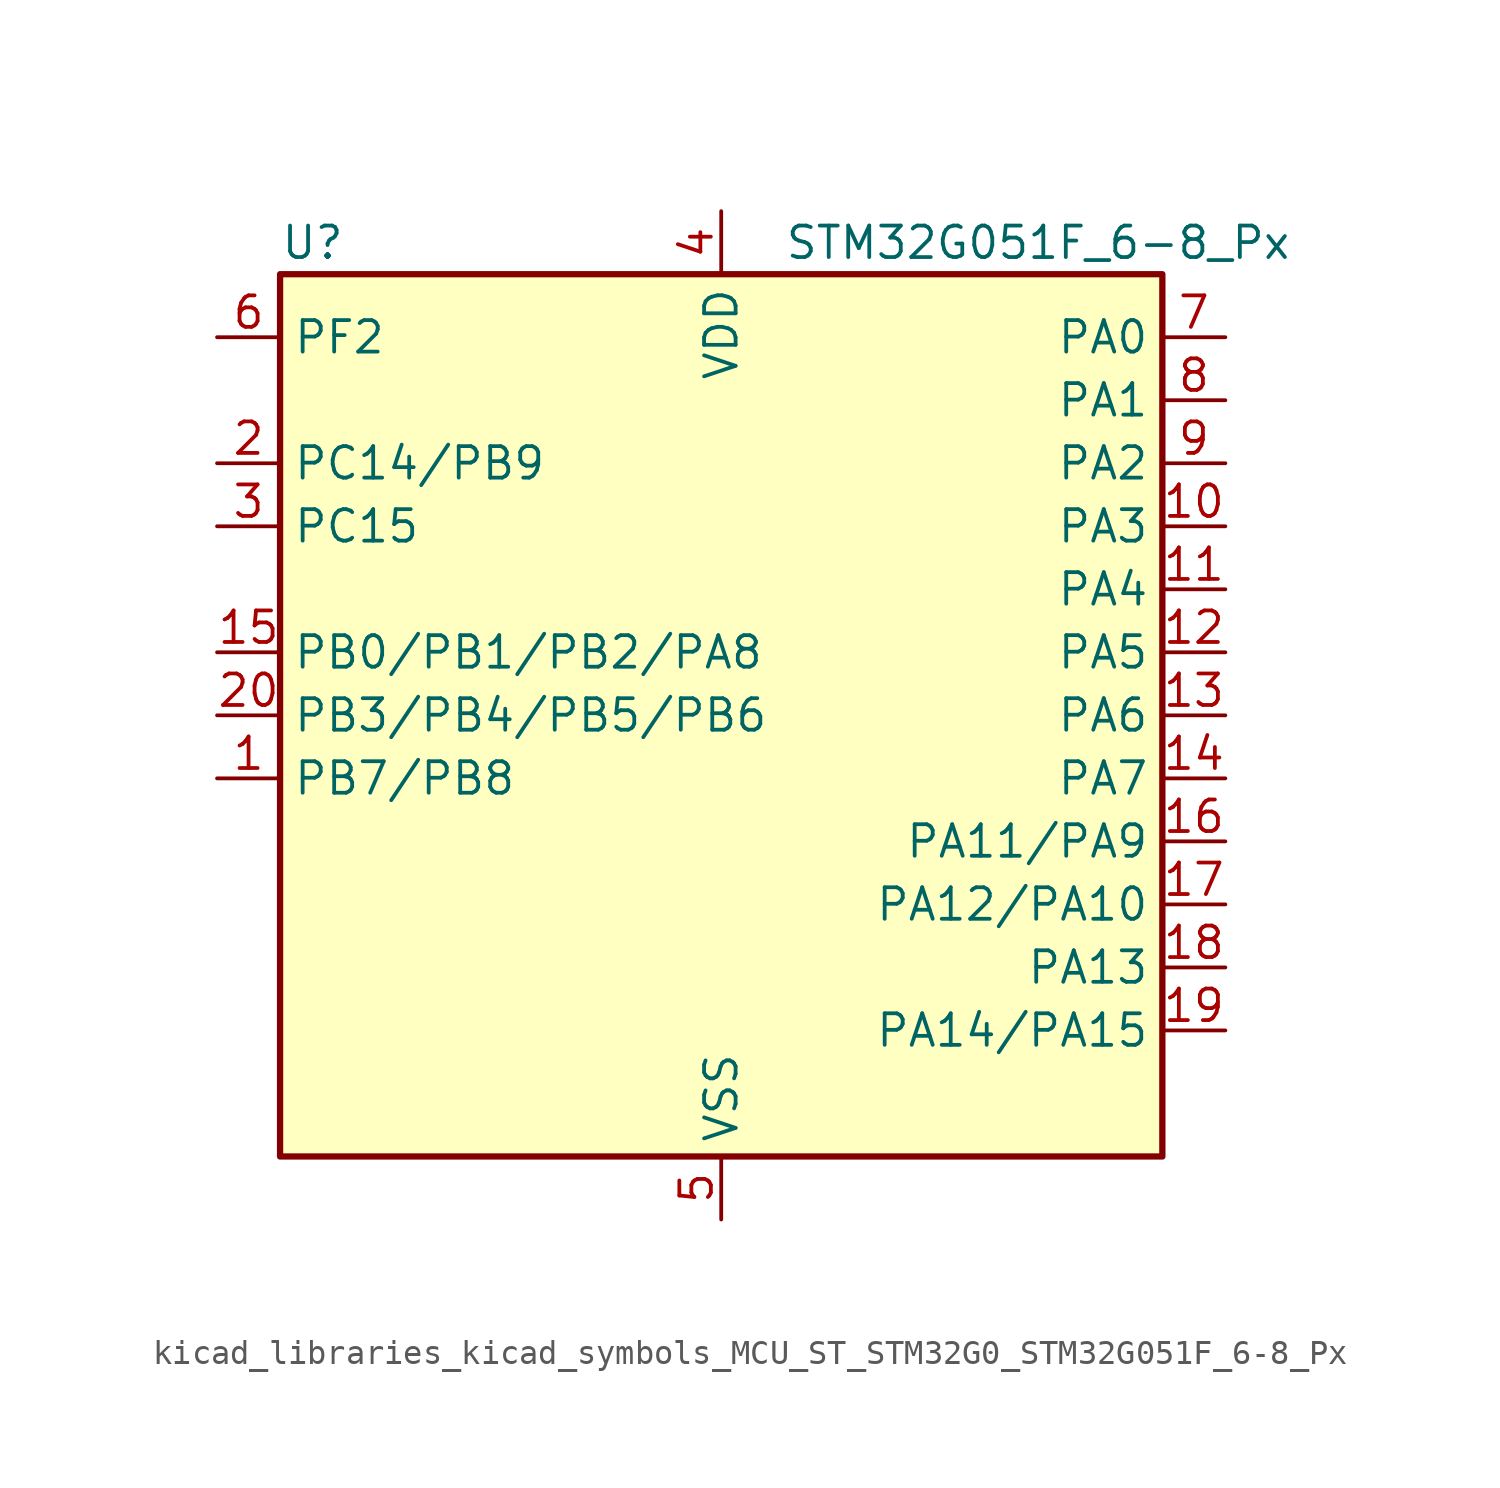
<source format=kicad_sym>
(kicad_symbol_lib
  (version 20220914)
  (generator kicad_symbol_editor)
  (symbol "kicad_libraries_kicad_symbols_MCU_ST_STM32G0_STM32G051F_6-8_Px"
    (property "Reference" "U"
      (at -17.78 19.05 0)
      (effects (font (size 1.27 1.27)) (justify left)))
    (property "Value" "STM32G051F_6-8_Px"
      (at 2.54 19.05 0)
      (effects (font (size 1.27 1.27)) (justify left)))
    (property "ki_locked" ""
      (at 0 0 0)
      (effects (font (size 1.27 1.27))))
    (symbol "kicad_libraries_kicad_symbols_MCU_ST_STM32G0_STM32G051F_6-8_Px_0_1"
      (rectangle (start -17.78 -17.78) (end 17.78 17.78) (stroke (width 0.254) (type default)) (fill (type background))))
    (symbol "kicad_libraries_kicad_symbols_MCU_ST_STM32G0_STM32G051F_6-8_Px_1_1"
      (pin bidirectional line (at -20.32 -2.54 0) (length 2.54) (name "PB7/PB8" (effects (font (size 1.27 1.27)))) (number "1" (effects (font (size 1.27 1.27)))) (alternate "ADC1_IN11" bidirectional line) (alternate "COMP2_INM" bidirectional line) (alternate "I2C1_SDA" bidirectional line) (alternate "LPTIM1_IN2" bidirectional line) (alternate "SPI2_MOSI" bidirectional line) (alternate "SYS_PVD_IN" bidirectional line) (alternate "TIM17_CH1N" bidirectional line) (alternate "USART1_RX" bidirectional line))
      (pin bidirectional line (at 20.32 7.62 180) (length 2.54) (name "PA3" (effects (font (size 1.27 1.27)))) (number "10" (effects (font (size 1.27 1.27)))) (alternate "ADC1_IN3" bidirectional line) (alternate "COMP2_INP" bidirectional line) (alternate "LPUART1_RX" bidirectional line) (alternate "SPI2_MISO" bidirectional line) (alternate "TIM15_CH2" bidirectional line) (alternate "TIM2_CH4" bidirectional line) (alternate "USART2_RX" bidirectional line))
      (pin bidirectional line (at 20.32 5.08 180) (length 2.54) (name "PA4" (effects (font (size 1.27 1.27)))) (number "11" (effects (font (size 1.27 1.27)))) (alternate "ADC1_IN4" bidirectional line) (alternate "DAC1_OUT1" bidirectional line) (alternate "I2S1_WS" bidirectional line) (alternate "LPTIM2_OUT" bidirectional line) (alternate "RTC_OUT1" bidirectional line) (alternate "RTC_TAMP_IN1" bidirectional line) (alternate "RTC_TS" bidirectional line) (alternate "SPI1_NSS" bidirectional line) (alternate "SPI2_MOSI" bidirectional line) (alternate "SYS_WKUP2" bidirectional line) (alternate "TIM14_CH1" bidirectional line))
      (pin bidirectional line (at 20.32 2.54 180) (length 2.54) (name "PA5" (effects (font (size 1.27 1.27)))) (number "12" (effects (font (size 1.27 1.27)))) (alternate "ADC1_IN5" bidirectional line) (alternate "DAC1_OUT2" bidirectional line) (alternate "I2S1_CK" bidirectional line) (alternate "LPTIM2_ETR" bidirectional line) (alternate "SPI1_SCK" bidirectional line) (alternate "TIM2_CH1" bidirectional line) (alternate "TIM2_ETR" bidirectional line))
      (pin bidirectional line (at 20.32 0 180) (length 2.54) (name "PA6" (effects (font (size 1.27 1.27)))) (number "13" (effects (font (size 1.27 1.27)))) (alternate "ADC1_IN6" bidirectional line) (alternate "COMP1_OUT" bidirectional line) (alternate "I2S1_MCK" bidirectional line) (alternate "LPUART1_CTS" bidirectional line) (alternate "SPI1_MISO" bidirectional line) (alternate "TIM16_CH1" bidirectional line) (alternate "TIM1_BK" bidirectional line) (alternate "TIM3_CH1" bidirectional line))
      (pin bidirectional line (at 20.32 -2.54 180) (length 2.54) (name "PA7" (effects (font (size 1.27 1.27)))) (number "14" (effects (font (size 1.27 1.27)))) (alternate "ADC1_IN7" bidirectional line) (alternate "COMP2_OUT" bidirectional line) (alternate "I2S1_SD" bidirectional line) (alternate "SPI1_MOSI" bidirectional line) (alternate "TIM14_CH1" bidirectional line) (alternate "TIM17_CH1" bidirectional line) (alternate "TIM1_CH1N" bidirectional line) (alternate "TIM3_CH2" bidirectional line))
      (pin bidirectional line (at -20.32 2.54 0) (length 2.54) (name "PB0/PB1/PB2/PA8" (effects (font (size 1.27 1.27)))) (number "15" (effects (font (size 1.27 1.27)))) (alternate "ADC1_IN8" bidirectional line) (alternate "COMP1_OUT" bidirectional line) (alternate "I2S1_WS" bidirectional line) (alternate "LPTIM1_OUT" bidirectional line) (alternate "SPI1_NSS" bidirectional line) (alternate "TIM1_CH2N" bidirectional line) (alternate "TIM3_CH3" bidirectional line))
      (pin bidirectional line (at 20.32 -5.08 180) (length 2.54) (name "PA11/PA9" (effects (font (size 1.27 1.27)))) (number "16" (effects (font (size 1.27 1.27)))) (alternate "ADC1_EXTI11" bidirectional line) (alternate "ADC1_IN15" bidirectional line) (alternate "COMP1_OUT" bidirectional line) (alternate "I2C2_SCL" bidirectional line) (alternate "I2S1_MCK" bidirectional line) (alternate "SPI1_MISO" bidirectional line) (alternate "TIM1_BK2" bidirectional line) (alternate "TIM1_CH4" bidirectional line) (alternate "USART1_CTS" bidirectional line) (alternate "USART1_NSS" bidirectional line))
      (pin bidirectional line (at 20.32 -7.62 180) (length 2.54) (name "PA12/PA10" (effects (font (size 1.27 1.27)))) (number "17" (effects (font (size 1.27 1.27)))) (alternate "ADC1_IN16" bidirectional line) (alternate "COMP2_OUT" bidirectional line) (alternate "I2C2_SDA" bidirectional line) (alternate "I2S1_SD" bidirectional line) (alternate "I2S_CKIN" bidirectional line) (alternate "SPI1_MOSI" bidirectional line) (alternate "TIM1_ETR" bidirectional line) (alternate "USART1_CK" bidirectional line) (alternate "USART1_DE" bidirectional line) (alternate "USART1_RTS" bidirectional line))
      (pin bidirectional line (at 20.32 -10.16 180) (length 2.54) (name "PA13" (effects (font (size 1.27 1.27)))) (number "18" (effects (font (size 1.27 1.27)))) (alternate "ADC1_IN17" bidirectional line) (alternate "IR_OUT" bidirectional line) (alternate "SYS_SWDIO" bidirectional line))
      (pin bidirectional line (at 20.32 -12.7 180) (length 2.54) (name "PA14/PA15" (effects (font (size 1.27 1.27)))) (number "19" (effects (font (size 1.27 1.27)))) (alternate "ADC1_IN18" bidirectional line) (alternate "SYS_SWCLK" bidirectional line) (alternate "USART2_TX" bidirectional line))
      (pin bidirectional line (at -20.32 10.16 0) (length 2.54) (name "PC14/PB9" (effects (font (size 1.27 1.27)))) (number "2" (effects (font (size 1.27 1.27)))) (alternate "RCC_OSC32_IN" bidirectional line) (alternate "RCC_OSC_IN" bidirectional line) (alternate "TIM1_BK2" bidirectional line))
      (pin bidirectional line (at -20.32 0 0) (length 2.54) (name "PB3/PB4/PB5/PB6" (effects (font (size 1.27 1.27)))) (number "20" (effects (font (size 1.27 1.27)))) (alternate "COMP2_INM" bidirectional line) (alternate "I2S1_CK" bidirectional line) (alternate "SPI1_SCK" bidirectional line) (alternate "TIM1_CH2" bidirectional line) (alternate "TIM2_CH2" bidirectional line) (alternate "USART1_CK" bidirectional line) (alternate "USART1_DE" bidirectional line) (alternate "USART1_RTS" bidirectional line))
      (pin bidirectional line (at -20.32 7.62 0) (length 2.54) (name "PC15" (effects (font (size 1.27 1.27)))) (number "3" (effects (font (size 1.27 1.27)))) (alternate "RCC_OSC32_EN" bidirectional line) (alternate "RCC_OSC32_OUT" bidirectional line) (alternate "RCC_OSC_EN" bidirectional line) (alternate "TIM15_BK" bidirectional line))
      (pin power_in line (at 0 20.32 270) (length 2.54) (name "VDD" (effects (font (size 1.27 1.27)))) (number "4" (effects (font (size 1.27 1.27)))))
      (pin power_in line (at 0 -20.32 90) (length 2.54) (name "VSS" (effects (font (size 1.27 1.27)))) (number "5" (effects (font (size 1.27 1.27)))))
      (pin bidirectional line (at -20.32 15.24 0) (length 2.54) (name "PF2" (effects (font (size 1.27 1.27)))) (number "6" (effects (font (size 1.27 1.27)))) (alternate "RCC_MCO" bidirectional line))
      (pin bidirectional line (at 20.32 15.24 180) (length 2.54) (name "PA0" (effects (font (size 1.27 1.27)))) (number "7" (effects (font (size 1.27 1.27)))) (alternate "ADC1_IN0" bidirectional line) (alternate "COMP1_INM" bidirectional line) (alternate "COMP1_OUT" bidirectional line) (alternate "LPTIM1_OUT" bidirectional line) (alternate "RTC_TAMP_IN2" bidirectional line) (alternate "SPI2_SCK" bidirectional line) (alternate "SYS_WKUP1" bidirectional line) (alternate "TIM2_CH1" bidirectional line) (alternate "TIM2_ETR" bidirectional line) (alternate "USART2_CTS" bidirectional line) (alternate "USART2_NSS" bidirectional line))
      (pin bidirectional line (at 20.32 12.7 180) (length 2.54) (name "PA1" (effects (font (size 1.27 1.27)))) (number "8" (effects (font (size 1.27 1.27)))) (alternate "ADC1_IN1" bidirectional line) (alternate "COMP1_INP" bidirectional line) (alternate "I2C1_SMBA" bidirectional line) (alternate "I2S1_CK" bidirectional line) (alternate "SPI1_SCK" bidirectional line) (alternate "TIM15_CH1N" bidirectional line) (alternate "TIM2_CH2" bidirectional line) (alternate "USART2_CK" bidirectional line) (alternate "USART2_DE" bidirectional line) (alternate "USART2_RTS" bidirectional line))
      (pin bidirectional line (at 20.32 10.16 180) (length 2.54) (name "PA2" (effects (font (size 1.27 1.27)))) (number "9" (effects (font (size 1.27 1.27)))) (alternate "ADC1_IN2" bidirectional line) (alternate "COMP2_INM" bidirectional line) (alternate "COMP2_OUT" bidirectional line) (alternate "I2S1_SD" bidirectional line) (alternate "LPUART1_TX" bidirectional line) (alternate "RCC_LSCO" bidirectional line) (alternate "SPI1_MOSI" bidirectional line) (alternate "SYS_WKUP4" bidirectional line) (alternate "TIM15_CH1" bidirectional line) (alternate "TIM2_CH3" bidirectional line) (alternate "USART2_TX" bidirectional line)))))
</source>
